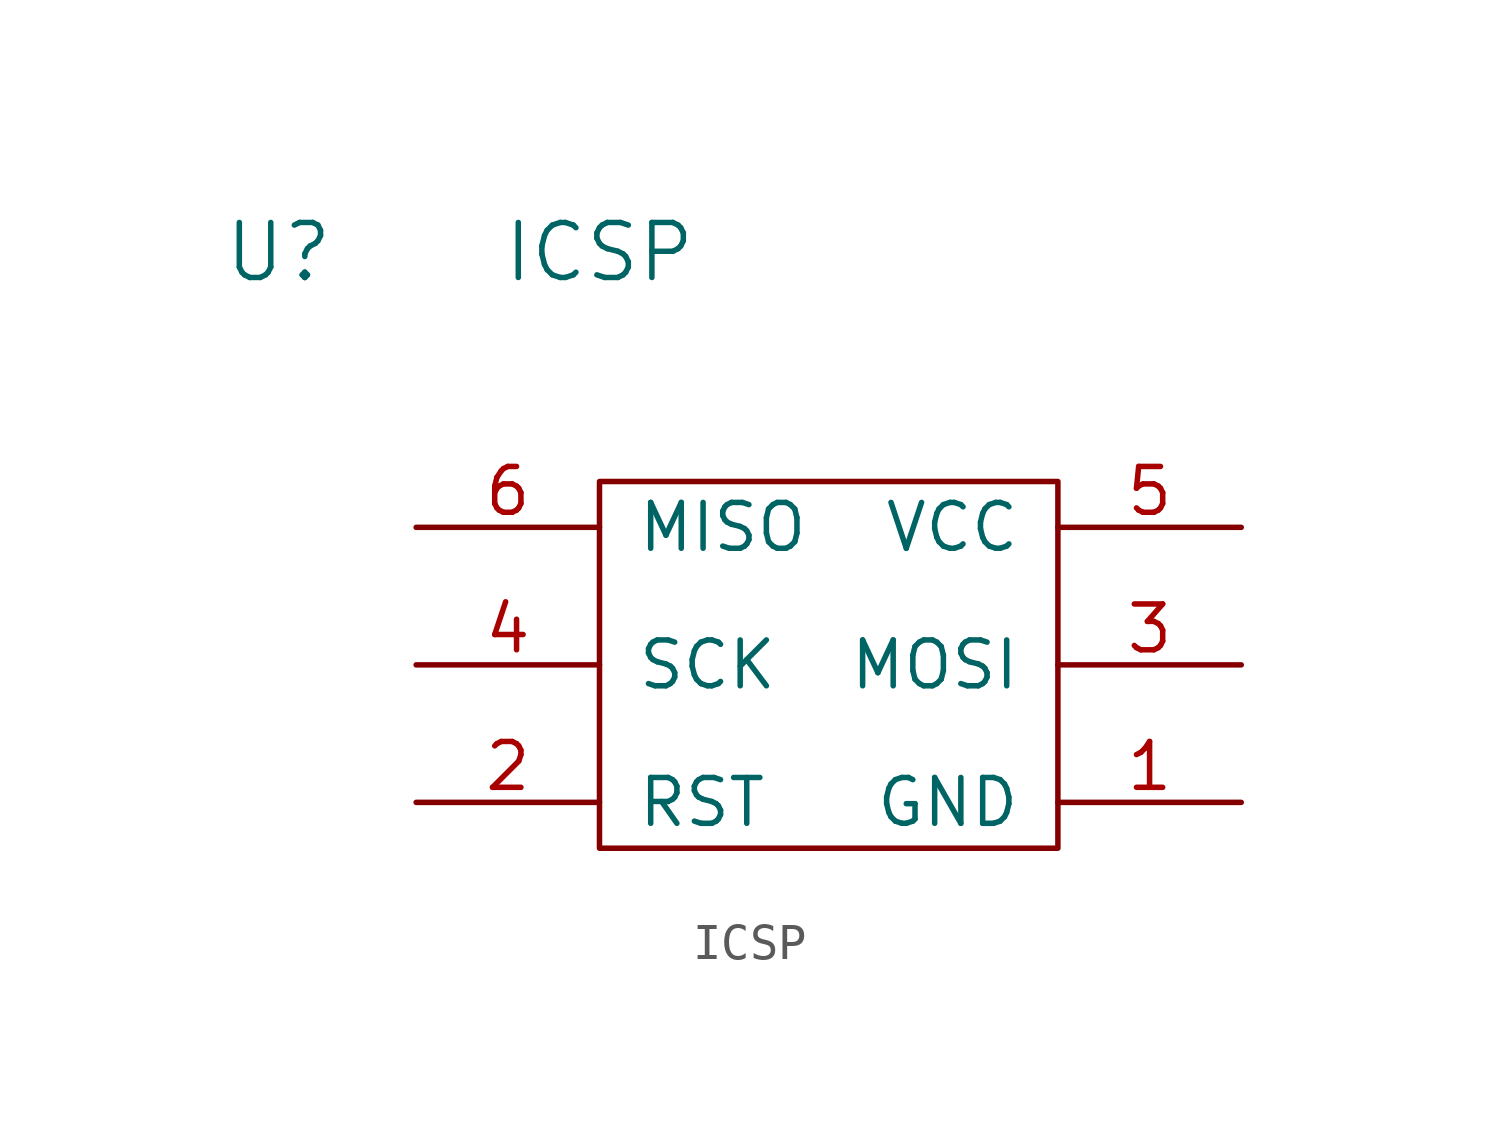
<source format=kicad_sym>
(kicad_symbol_lib
  (version 20211014)
  (generator kicad_symbol_editor)
  (symbol "ICSP"
    (pin_names
      (offset 1.016))
    (property "Reference" "U"
      (at -8.89 7.62 0)
      (effects (font (size 1.524 1.524))))
    (property "Value" "ICSP"
      (at 0 7.62 0)
      (effects (font (size 1.524 1.524))))
    (property "Footprint" ""
      (at 0 0 0)
      (effects (font (size 1.524 1.524))))
    (property "Datasheet" ""
      (at 0 0 0)
      (effects (font (size 1.524 1.524))))
    (symbol "ICSP_0_1"
      (rectangle (start 0 1.27) (end 12.7 -8.89) (stroke (width 0) (type default) (color 0 0 0 0)) (fill (type none))))
    (symbol "ICSP_1_1"
      (pin input line (at 17.78 -7.62 180) (length 5.08) (name "GND" (effects (font (size 1.27 1.27)))) (number "1" (effects (font (size 1.27 1.27)))))
      (pin input line (at -5.08 -7.62 0) (length 5.08) (name "RST" (effects (font (size 1.27 1.27)))) (number "2" (effects (font (size 1.27 1.27)))))
      (pin input line (at 17.78 -3.81 180) (length 5.08) (name "MOSI" (effects (font (size 1.27 1.27)))) (number "3" (effects (font (size 1.27 1.27)))))
      (pin input line (at -5.08 -3.81 0) (length 5.08) (name "SCK" (effects (font (size 1.27 1.27)))) (number "4" (effects (font (size 1.27 1.27)))))
      (pin input line (at 17.78 0 180) (length 5.08) (name "VCC" (effects (font (size 1.27 1.27)))) (number "5" (effects (font (size 1.27 1.27)))))
      (pin input line (at -5.08 0 0) (length 5.08) (name "MISO" (effects (font (size 1.27 1.27)))) (number "6" (effects (font (size 1.27 1.27))))))))
</source>
